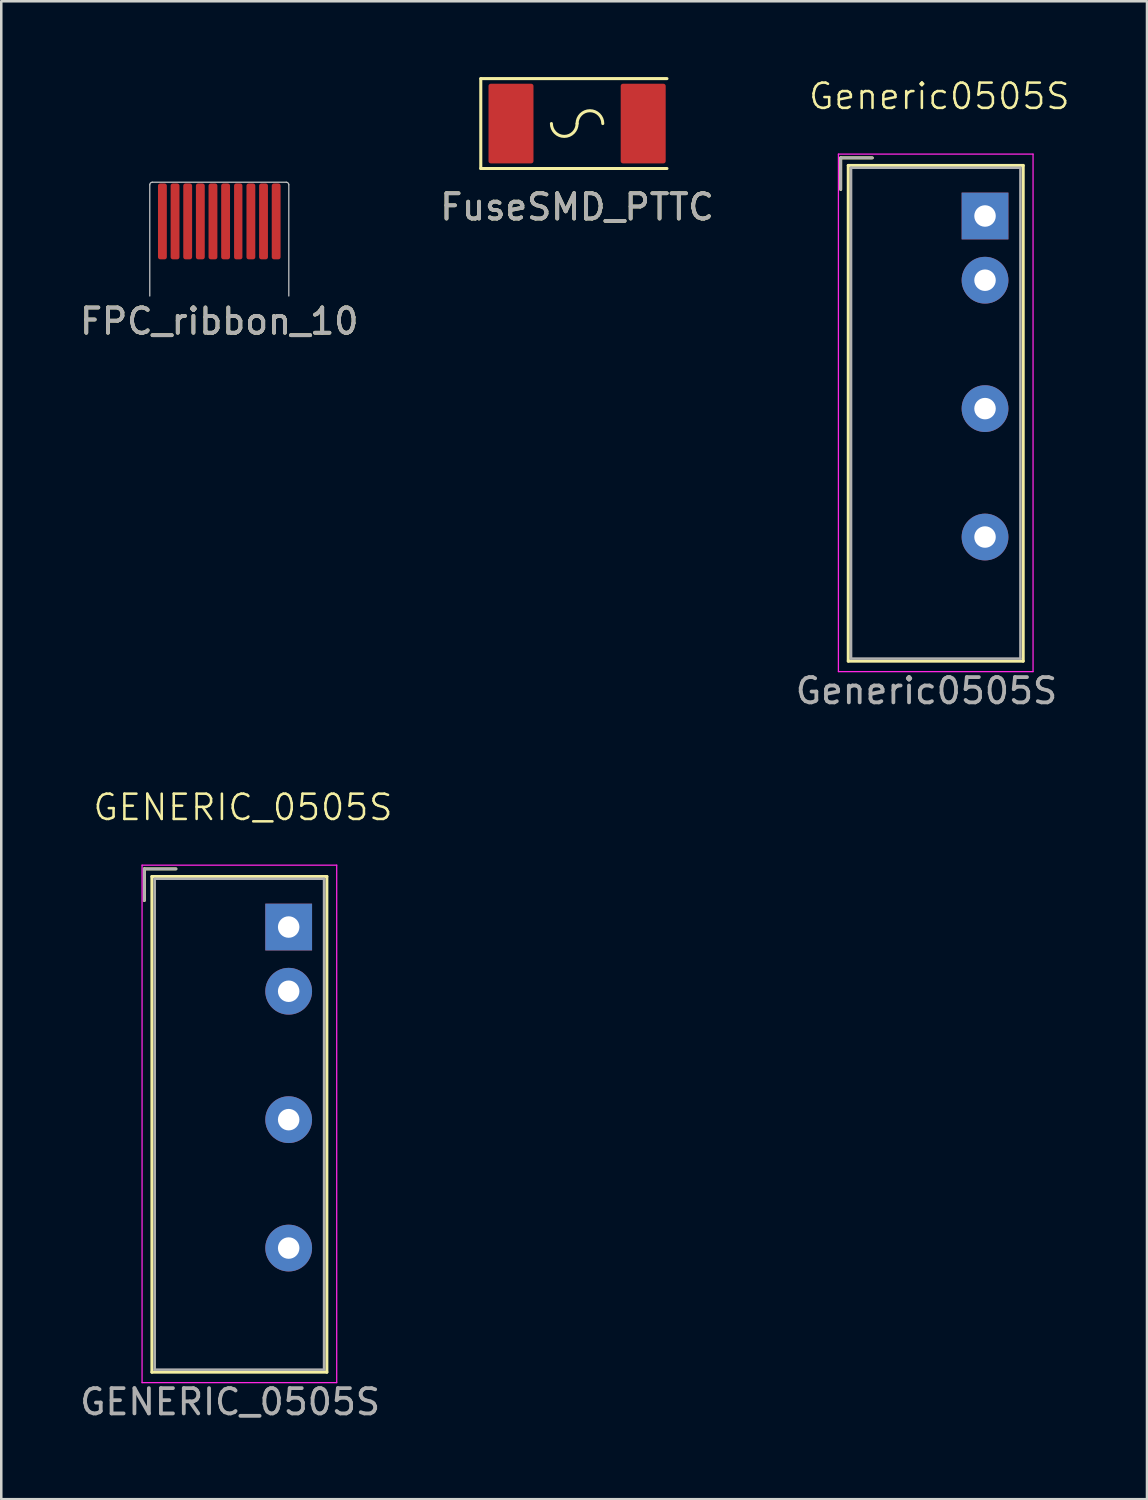
<source format=kicad_pcb>
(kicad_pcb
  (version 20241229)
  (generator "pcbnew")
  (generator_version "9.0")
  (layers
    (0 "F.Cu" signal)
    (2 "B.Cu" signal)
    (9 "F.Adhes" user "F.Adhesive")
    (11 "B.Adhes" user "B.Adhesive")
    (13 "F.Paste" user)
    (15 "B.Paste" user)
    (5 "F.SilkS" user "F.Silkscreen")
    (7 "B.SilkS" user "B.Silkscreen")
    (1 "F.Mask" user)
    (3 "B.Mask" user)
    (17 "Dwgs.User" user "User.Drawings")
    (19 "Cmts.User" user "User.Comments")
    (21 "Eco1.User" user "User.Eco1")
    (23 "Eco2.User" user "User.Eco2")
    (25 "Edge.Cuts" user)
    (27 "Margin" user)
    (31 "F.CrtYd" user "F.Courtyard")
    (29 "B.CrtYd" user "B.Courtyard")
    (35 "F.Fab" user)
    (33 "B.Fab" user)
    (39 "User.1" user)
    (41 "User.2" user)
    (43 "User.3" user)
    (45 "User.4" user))
  (footprint "Generic0505S"
    (layer "F.Cu")
    (at 32.738 13.105)
    (property "Reference" "Generic0505S" (at 1.372 -12.344 0) (unlocked yes) (layer "F.SilkS") (effects (font (size 1 1) (thickness 0.1))))
    (attr through_hole)
    (fp_line (start -2.53 -9.91) (end -2.53 -8.66) (stroke (width 0.12) (type solid)) (layer "F.SilkS"))
    (fp_line (start -2.23 -9.61) (end -2.23 10) (stroke (width 0.12) (type solid)) (layer "F.SilkS"))
    (fp_line (start -2.23 10) (end 4.69 10) (stroke (width 0.12) (type solid)) (layer "F.SilkS"))
    (fp_line (start -1.28 -9.91) (end -2.53 -9.91) (stroke (width 0.12) (type solid)) (layer "F.SilkS"))
    (fp_line (start 4.69 -9.61) (end -2.23 -9.61) (stroke (width 0.12) (type solid)) (layer "F.SilkS"))
    (fp_line (start 4.69 10) (end 4.69 -9.61) (stroke (width 0.12) (type solid)) (layer "F.SilkS"))
    (fp_line (start -2.62 -10.058) (end -2.62 10.414) (stroke (width 0.05) (type solid)) (layer "F.CrtYd"))
    (fp_line (start -2.62 10.414) (end 5.08 10.414) (stroke (width 0.05) (type solid)) (layer "F.CrtYd"))
    (fp_line (start 5.08 -10.058) (end -2.62 -10.058) (stroke (width 0.05) (type solid)) (layer "F.CrtYd"))
    (fp_line (start 5.08 10.414) (end 5.08 -10.058) (stroke (width 0.05) (type solid)) (layer "F.CrtYd"))
    (fp_line (start -2.53 -9.91) (end -2.53 -8.66) (stroke (width 0.1) (type solid)) (layer "F.Fab"))
    (fp_line (start -2.12 -9.52) (end -2.12 9.9) (stroke (width 0.1) (type solid)) (layer "F.Fab"))
    (fp_line (start -2.12 9.9) (end 4.58 9.9) (stroke (width 0.1) (type solid)) (layer "F.Fab"))
    (fp_line (start -1.28 -9.91) (end -2.53 -9.91) (stroke (width 0.1) (type solid)) (layer "F.Fab"))
    (fp_line (start 4.58 -9.52) (end -2.12 -9.52) (stroke (width 0.1) (type solid)) (layer "F.Fab"))
    (fp_line (start 4.58 9.9) (end 4.58 -9.52) (stroke (width 0.1) (type solid)) (layer "F.Fab"))
    (fp_text user "${REFERENCE}" (at 0.864 11.176 0) (layer "F.Fab") (effects (font (size 1 1) (thickness 0.15))))
    (pad "1" thru_hole rect (at 3.18 -7.61) (size 1.85 1.85) (drill 0.85) (layers "*.Cu" "*.Mask"))
    (pad "2" thru_hole circle (at 3.18 -5.07) (size 1.85 1.85) (drill 0.85) (layers "*.Cu" "*.Mask"))
    (pad "4" thru_hole circle (at 3.18 0.01) (size 1.85 1.85) (drill 0.85) (layers "*.Cu" "*.Mask"))
    (pad "6" thru_hole circle (at 3.18 5.09) (size 1.85 1.85) (drill 0.85) (layers "*.Cu" "*.Mask")))
  (footprint "FuseSMD_PTTC"
    (layer "F.Cu")
    (at 19.78 1.838)
    (property "Reference" "FuseSMD_PTTC" (at 0 3.302 0) (unlocked yes) (layer "F.SilkS") (effects (font (size 1 1) (thickness 0.15))))
    (attr smd)
    (fp_line (start -3.81 -1.778) (end -3.81 1.778) (stroke (width 0.12) (type solid)) (layer "F.SilkS"))
    (fp_line (start -3.81 1.778) (end 3.556 1.778) (stroke (width 0.12) (type solid)) (layer "F.SilkS"))
    (fp_line (start 3.556 -1.778) (end -3.81 -1.778) (stroke (width 0.12) (type solid)) (layer "F.SilkS"))
    (fp_arc (start 0 0) (mid -0.508 0.508) (end -1.016 0) (stroke (width 0.12) (type solid)) (layer "F.SilkS"))
    (fp_arc (start 0 0) (mid 0.508 -0.508) (end 1.016 0) (stroke (width 0.12) (type solid)) (layer "F.SilkS"))
    (fp_text user "${REFERENCE}" (at 0 3.302 0) (unlocked yes) (layer "F.Fab") (effects (font (size 1 1) (thickness 0.15))))
    (pad "1" smd roundrect (at -2.615 0) (size 1.78 3.15) (layers "F.Cu" "F.Mask" "F.Paste") (roundrect_rratio 0.05))
    (pad "2" smd roundrect (at 2.615 0) (size 1.78 3.15) (layers "F.Cu" "F.Mask" "F.Paste") (roundrect_rratio 0.05)))
  (footprint "FPC_ribbon_10"
    (layer "F.Cu")
    (at 5.625 5.409)
    (property "Reference" "FPC_ribbon_10" (at 0 4.25 0) (unlocked yes) (layer "F.SilkS") (effects (font (size 1 1) (thickness 0.15))))
    (attr smd)
    (fp_poly (pts (xy 2.75 1.25) (xy -2.75 1.25) (xy -2.75 -1.25) (xy 2.75 -1.25)) (stroke (width 0) (type solid)) (fill yes) (layer "F.Mask"))
    (fp_line (start -2.75 -1.15) (end -2.75 3.25) (stroke (width 0.05) (type default)) (layer "Dwgs.User"))
    (fp_line (start -2.65 -1.25) (end 2.65 -1.25) (stroke (width 0.05) (type default)) (layer "Dwgs.User"))
    (fp_line (start 2.75 -1.15) (end 2.75 3.25) (stroke (width 0.05) (type default)) (layer "Dwgs.User"))
    (fp_arc (start -2.75 -1.15) (mid -2.720711 -1.220711) (end -2.65 -1.25) (stroke (width 0.05) (type default)) (layer "Dwgs.User"))
    (fp_arc (start 2.65 -1.25) (mid 2.720711 -1.220711) (end 2.75 -1.15) (stroke (width 0.05) (type default)) (layer "Dwgs.User"))
    (fp_poly (pts (xy -2.675 -1.25) (xy -2.75 -1.175) (xy -2.75 3.25) (xy 2.75 3.25) (xy 2.75 -1.175) (xy 2.675 -1.25)) (stroke (width 0.1) (type solid)) (fill no) (layer "User.1"))
    (fp_text user "${REFERENCE}" (at 0 4.25 0) (unlocked yes) (layer "F.Fab") (effects (font (size 1 1) (thickness 0.15))))
    (fp_text user "Polyimide Stiffener" (at 3.725 3.4 90) (unlocked yes) (layer "User.1") (effects (font (size 0.6 0.6) (thickness 0.1)) (justify left bottom)))
    (fp_text user "t_{stack}=0.3mm" (at 4.7 3.4 90) (unlocked yes) (layer "User.1") (effects (font (size 0.6 0.6) (thickness 0.1)) (justify left bottom)))
    (pad "1" smd roundrect (at -2.25 0.3) (size 0.35 3) (layers "F.Cu") (roundrect_rratio 0.25))
    (pad "2" smd roundrect (at -1.75 0.3) (size 0.35 3) (layers "F.Cu") (roundrect_rratio 0.25))
    (pad "3" smd roundrect (at -1.25 0.3) (size 0.35 3) (layers "F.Cu") (roundrect_rratio 0.25))
    (pad "4" smd roundrect (at -0.75 0.3) (size 0.35 3) (layers "F.Cu") (roundrect_rratio 0.25))
    (pad "5" smd roundrect (at -0.25 0.3) (size 0.35 3) (layers "F.Cu") (roundrect_rratio 0.25))
    (pad "6" smd roundrect (at 0.25 0.3) (size 0.35 3) (layers "F.Cu") (roundrect_rratio 0.25))
    (pad "7" smd roundrect (at 0.75 0.3) (size 0.33 3) (layers "F.Cu") (roundrect_rratio 0.25))
    (pad "8" smd roundrect (at 1.25 0.3) (size 0.35 3) (layers "F.Cu") (roundrect_rratio 0.25))
    (pad "9" smd roundrect (at 1.75 0.3) (size 0.35 3) (layers "F.Cu") (roundrect_rratio 0.25))
    (pad "10" smd roundrect (at 2.25 0.3) (size 0.35 3) (layers "F.Cu") (roundrect_rratio 0.25)))
  (footprint "GENERIC_0505S"
    (layer "F.Cu")
    (at 5.19 41.234)
    (property "Reference" "GENERIC_0505S" (at 1.372 -12.344 0) (unlocked yes) (layer "F.SilkS") (effects (font (size 1 1) (thickness 0.1))))
    (attr through_hole)
    (fp_line (start -2.53 -9.91) (end -2.53 -8.66) (stroke (width 0.12) (type solid)) (layer "F.SilkS"))
    (fp_line (start -2.23 -9.61) (end -2.23 10) (stroke (width 0.12) (type solid)) (layer "F.SilkS"))
    (fp_line (start -2.23 10) (end 4.69 10) (stroke (width 0.12) (type solid)) (layer "F.SilkS"))
    (fp_line (start -1.28 -9.91) (end -2.53 -9.91) (stroke (width 0.12) (type solid)) (layer "F.SilkS"))
    (fp_line (start 4.69 -9.61) (end -2.23 -9.61) (stroke (width 0.12) (type solid)) (layer "F.SilkS"))
    (fp_line (start 4.69 10) (end 4.69 -9.61) (stroke (width 0.12) (type solid)) (layer "F.SilkS"))
    (fp_line (start -2.62 -10.058) (end -2.62 10.414) (stroke (width 0.05) (type solid)) (layer "F.CrtYd"))
    (fp_line (start -2.62 10.414) (end 5.08 10.414) (stroke (width 0.05) (type solid)) (layer "F.CrtYd"))
    (fp_line (start 5.08 -10.058) (end -2.62 -10.058) (stroke (width 0.05) (type solid)) (layer "F.CrtYd"))
    (fp_line (start 5.08 10.414) (end 5.08 -10.058) (stroke (width 0.05) (type solid)) (layer "F.CrtYd"))
    (fp_line (start -2.53 -9.91) (end -2.53 -8.66) (stroke (width 0.1) (type solid)) (layer "F.Fab"))
    (fp_line (start -2.12 -9.52) (end -2.12 9.9) (stroke (width 0.1) (type solid)) (layer "F.Fab"))
    (fp_line (start -2.12 9.9) (end 4.58 9.9) (stroke (width 0.1) (type solid)) (layer "F.Fab"))
    (fp_line (start -1.28 -9.91) (end -2.53 -9.91) (stroke (width 0.1) (type solid)) (layer "F.Fab"))
    (fp_line (start 4.58 -9.52) (end -2.12 -9.52) (stroke (width 0.1) (type solid)) (layer "F.Fab"))
    (fp_line (start 4.58 9.9) (end 4.58 -9.52) (stroke (width 0.1) (type solid)) (layer "F.Fab"))
    (fp_text user "${REFERENCE}" (at 0.864 11.176 0) (layer "F.Fab") (effects (font (size 1 1) (thickness 0.15))))
    (pad "1" thru_hole rect (at 3.18 -7.61) (size 1.85 1.85) (drill 0.85) (layers "*.Cu" "*.Mask"))
    (pad "2" thru_hole circle (at 3.18 -5.07) (size 1.85 1.85) (drill 0.85) (layers "*.Cu" "*.Mask"))
    (pad "4" thru_hole circle (at 3.18 0.01) (size 1.85 1.85) (drill 0.85) (layers "*.Cu" "*.Mask"))
    (pad "6" thru_hole circle (at 3.18 5.09) (size 1.85 1.85) (drill 0.85) (layers "*.Cu" "*.Mask")))
  (gr_rect
    (start -3 -3)
    (end 42.326 56.258)
    (stroke (width 0.1) (type default))
    (fill no)
    (layer "Edge.Cuts")))
</source>
